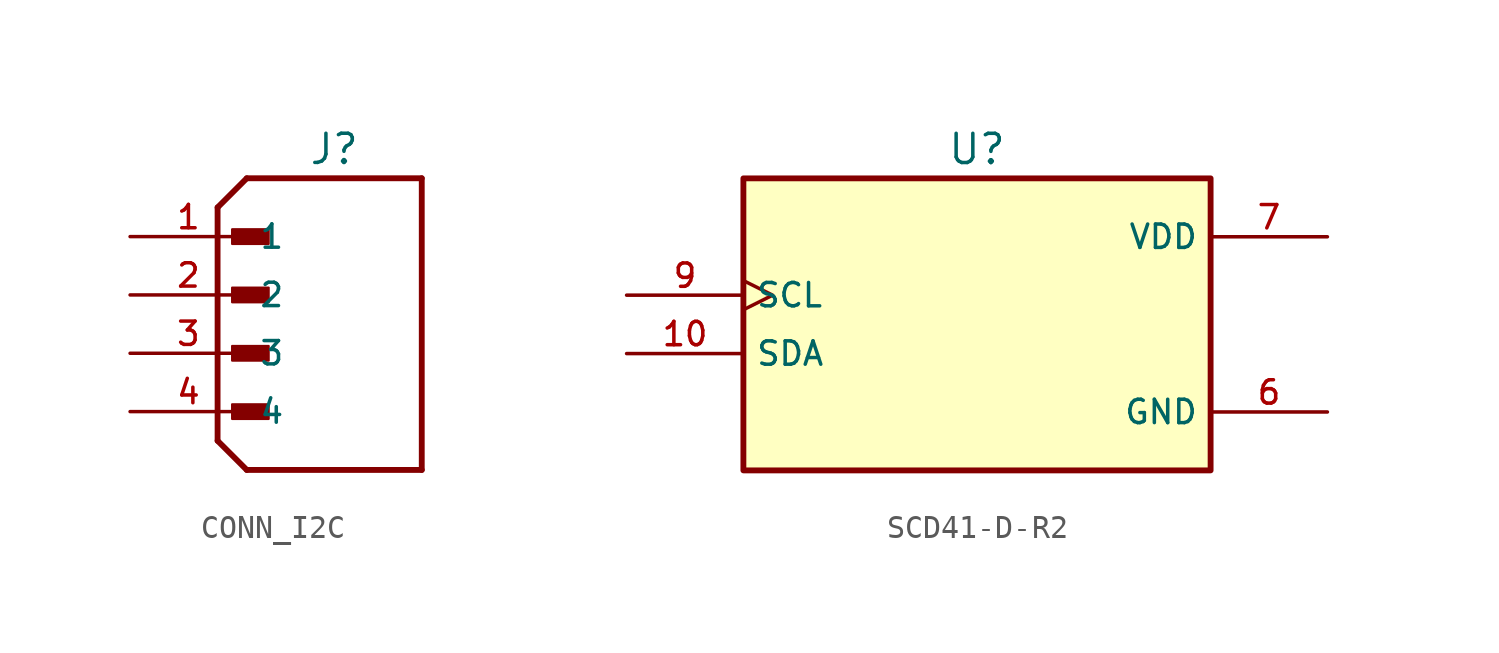
<source format=kicad_sym>
(kicad_symbol_lib
  (version 20231120)
  (generator "kicad_symbol_editor")
  (generator_version "8.0")
  (symbol "CONN_I2C"
    (property "Reference" "J"
      (at 8.89 3.81 0)
      (effects (font (size 1.27 1.27))))
    (property "Value" ""
      (at 8.89 3.81 0)
      (effects (font (size 1.27 1.27))))
    (symbol "CONN_I2C_0_0"
      (polyline (pts (xy 3.81 -8.89) (xy 5.08 -10.16)) (stroke (width 0.254) (type default)) (fill (type none)))
      (polyline (pts (xy 3.81 1.27) (xy 3.81 -8.89)) (stroke (width 0.254) (type default)) (fill (type none)))
      (polyline (pts (xy 3.81 1.27) (xy 5.08 2.54)) (stroke (width 0.254) (type default)) (fill (type none)))
      (polyline (pts (xy 5.08 -10.16) (xy 12.7 -10.16)) (stroke (width 0.254) (type default)) (fill (type none)))
      (polyline (pts (xy 12.7 -10.16) (xy 12.7 2.54)) (stroke (width 0.254) (type default)) (fill (type none)))
      (polyline (pts (xy 12.7 2.54) (xy 5.08 2.54)) (stroke (width 0.254) (type default)) (fill (type none)))
      (rectangle (start 4.445 -7.938) (end 6.032 -7.303) (stroke (width 0.1) (type default)) (fill (type outline)))
      (rectangle (start 4.445 -5.397) (end 6.032 -4.763) (stroke (width 0.1) (type default)) (fill (type outline)))
      (rectangle (start 4.445 -2.857) (end 6.032 -2.223) (stroke (width 0.1) (type default)) (fill (type outline)))
      (rectangle (start 4.445 -0.318) (end 6.032 0.318) (stroke (width 0.1) (type default)) (fill (type outline)))
      (pin passive line (at 0 0 0) (length 5.08) (name "1" (effects (font (size 1.016 1.016)))) (number "1" (effects (font (size 1.016 1.016)))))
      (pin passive line (at 0 -2.54 0) (length 5.08) (name "2" (effects (font (size 1.016 1.016)))) (number "2" (effects (font (size 1.016 1.016)))))
      (pin passive line (at 0 -5.08 0) (length 5.08) (name "3" (effects (font (size 1.016 1.016)))) (number "3" (effects (font (size 1.016 1.016)))))
      (pin passive line (at 0 -7.62 0) (length 5.08) (name "4" (effects (font (size 1.016 1.016)))) (number "4" (effects (font (size 1.016 1.016)))))))
  (symbol "SCD41-D-R2"
    (property "Reference" "U"
      (at 15.24 6.35 0)
      (effects (font (size 1.27 1.27))))
    (property "Value" ""
      (at 15.24 6.35 0)
      (effects (font (size 1.27 1.27))))
    (symbol "SCD41-D-R2_0_0"
      (rectangle (start 5.08 5.08) (end 25.4 -7.62) (stroke (width 0.254) (type default)) (fill (type background)))
      (pin bidirectional line (at 0 -2.54 0) (length 5.08) (name "SDA" (effects (font (size 1.016 1.016)))) (number "10" (effects (font (size 1.016 1.016)))))
      (pin power_in line (at 30.48 -5.08 180) (length 5.08) (name "GND" (effects (font (size 1.016 1.016)))) (number "6" (effects (font (size 1.016 1.016)))))
      (pin power_in line (at 30.48 2.54 180) (length 5.08) (name "VDD" (effects (font (size 1.016 1.016)))) (number "7" (effects (font (size 1.016 1.016)))))
      (pin input clock (at 0 0 0) (length 5.08) (name "SCL" (effects (font (size 1.016 1.016)))) (number "9" (effects (font (size 1.016 1.016))))))
    (symbol "SCD41-D-R2_1_0"
      (pin power_in line (at 30.48 2.54 180) (length 5.08) hide (name "VDDH" (effects (font (size 1.016 1.016)))) (number "19" (effects (font (size 1.016 1.016)))))
      (pin power_in line (at 30.48 -5.08 180) (length 5.08) hide (name "GND__1" (effects (font (size 1.016 1.016)))) (number "20" (effects (font (size 1.016 1.016)))))
      (pin power_in line (at 30.48 -5.08 180) (length 5.08) hide (name "GND__2" (effects (font (size 1.016 1.016)))) (number "21" (effects (font (size 1.016 1.016))))))))
</source>
